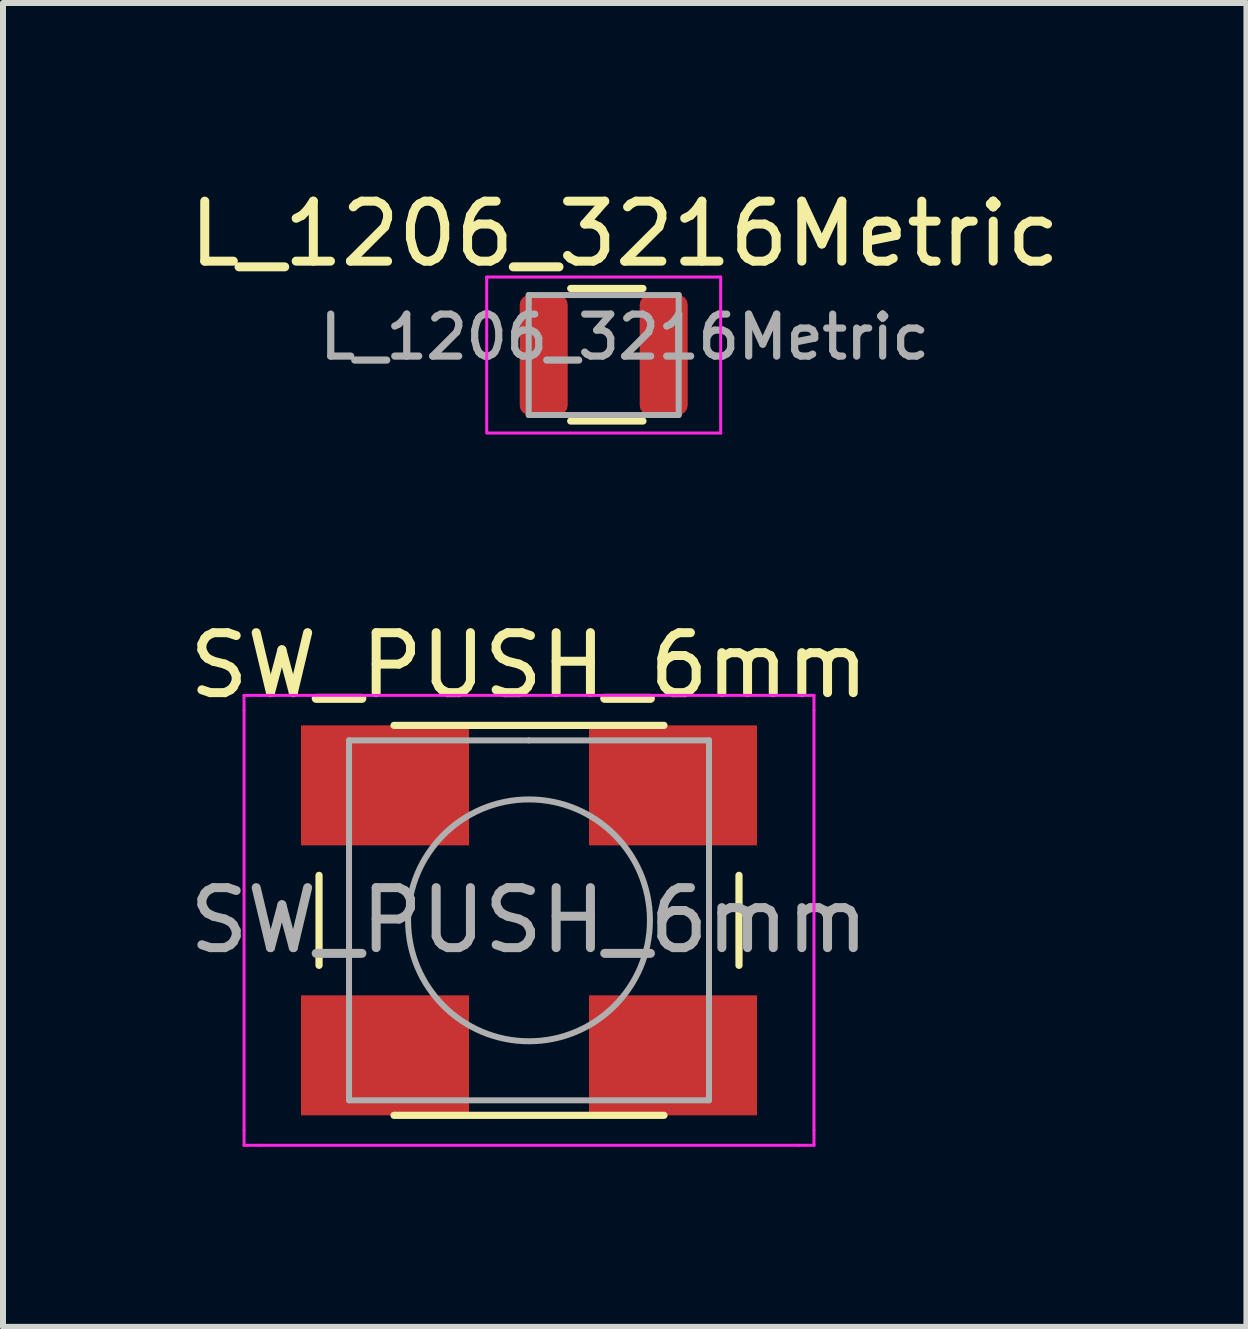
<source format=kicad_pcb>
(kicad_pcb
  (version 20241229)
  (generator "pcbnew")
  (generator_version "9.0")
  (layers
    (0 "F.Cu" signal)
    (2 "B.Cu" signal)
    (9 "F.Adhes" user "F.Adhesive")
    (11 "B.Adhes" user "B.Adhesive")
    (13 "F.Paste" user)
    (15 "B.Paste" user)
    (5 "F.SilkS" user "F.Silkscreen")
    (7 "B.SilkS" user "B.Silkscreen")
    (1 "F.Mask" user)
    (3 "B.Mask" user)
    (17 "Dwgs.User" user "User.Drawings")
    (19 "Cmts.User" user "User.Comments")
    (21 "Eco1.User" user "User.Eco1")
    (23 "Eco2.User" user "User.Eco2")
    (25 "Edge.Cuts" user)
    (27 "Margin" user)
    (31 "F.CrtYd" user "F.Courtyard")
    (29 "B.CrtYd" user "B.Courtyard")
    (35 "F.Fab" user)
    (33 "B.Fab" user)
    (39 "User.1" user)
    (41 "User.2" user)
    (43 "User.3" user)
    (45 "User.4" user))
  (footprint "L_1206_3216Metric"
    (layer "F.Cu")
    (at 7.363 2.668)
    (property "Reference" "L_1206_3216Metric" (at 0 -1.82 0) (layer "F.SilkS") (effects (font (size 1 1) (thickness 0.15))))
    (attr smd)
    (fp_line (start -0.9 -0.91) (end 0.304 -0.91) (stroke (width 0.12) (type solid)) (layer "F.SilkS"))
    (fp_line (start -0.9 1.3) (end 0.304 1.3) (stroke (width 0.12) (type solid)) (layer "F.SilkS"))
    (fp_line (start -2.3 -1.1) (end 1.6 -1.1) (stroke (width 0.05) (type solid)) (layer "F.CrtYd"))
    (fp_line (start -2.3 1.5) (end -2.3 -1.1) (stroke (width 0.05) (type solid)) (layer "F.CrtYd"))
    (fp_line (start 1.6 -1.1) (end 1.6 1.5) (stroke (width 0.05) (type solid)) (layer "F.CrtYd"))
    (fp_line (start 1.6 1.5) (end -2.28 1.5) (stroke (width 0.05) (type solid)) (layer "F.CrtYd"))
    (fp_line (start -1.6 -0.8) (end 0.9 -0.8) (stroke (width 0.1) (type solid)) (layer "F.Fab"))
    (fp_line (start -1.6 1.2) (end -1.6 -0.8) (stroke (width 0.1) (type solid)) (layer "F.Fab"))
    (fp_line (start 0.9 -0.8) (end 0.9 1.2) (stroke (width 0.1) (type solid)) (layer "F.Fab"))
    (fp_line (start 0.9 1.2) (end -1.6 1.2) (stroke (width 0.1) (type solid)) (layer "F.Fab"))
    (fp_text user "${REFERENCE}" (at 0 -0.1 0) (layer "F.Fab") (effects (font (size 0.7 0.7) (thickness 0.12))))
    (pad "1" smd roundrect (at -1.35 0.2) (size 0.8 2) (layers "F.Cu" "F.Mask" "F.Paste") (roundrect_rratio 0.2))
    (pad "2" smd roundrect (at 0.65 0.2) (size 0.8 2) (layers "F.Cu" "F.Mask" "F.Paste") (roundrect_rratio 0.2)))
  (footprint "SW_PUSH_6mm"
    (layer "F.Cu")
    (at 2.518 10.041)
    (property "Reference" "SW_PUSH_6mm" (at 3.25 -2 0) (layer "F.SilkS") (effects (font (size 1 1) (thickness 0.15))))
    (attr through_hole)
    (fp_line (start -0.25 1.5) (end -0.25 3) (stroke (width 0.12) (type solid)) (layer "F.SilkS"))
    (fp_line (start 1 5.5) (end 5.5 5.5) (stroke (width 0.12) (type solid)) (layer "F.SilkS"))
    (fp_line (start 5.5 -1) (end 1 -1) (stroke (width 0.12) (type solid)) (layer "F.SilkS"))
    (fp_line (start 6.75 3) (end 6.75 1.5) (stroke (width 0.12) (type solid)) (layer "F.SilkS"))
    (fp_line (start -1.5 -1.5) (end -1.25 -1.5) (stroke (width 0.05) (type solid)) (layer "F.CrtYd"))
    (fp_line (start -1.5 -1.25) (end -1.5 -1.5) (stroke (width 0.05) (type solid)) (layer "F.CrtYd"))
    (fp_line (start -1.5 5.75) (end -1.5 -1.25) (stroke (width 0.05) (type solid)) (layer "F.CrtYd"))
    (fp_line (start -1.5 5.75) (end -1.5 6) (stroke (width 0.05) (type solid)) (layer "F.CrtYd"))
    (fp_line (start -1.5 6) (end -1.25 6) (stroke (width 0.05) (type solid)) (layer "F.CrtYd"))
    (fp_line (start -1.25 -1.5) (end 7.75 -1.5) (stroke (width 0.05) (type solid)) (layer "F.CrtYd"))
    (fp_line (start 7.75 -1.5) (end 8 -1.5) (stroke (width 0.05) (type solid)) (layer "F.CrtYd"))
    (fp_line (start 7.75 6) (end -1.25 6) (stroke (width 0.05) (type solid)) (layer "F.CrtYd"))
    (fp_line (start 7.75 6) (end 8 6) (stroke (width 0.05) (type solid)) (layer "F.CrtYd"))
    (fp_line (start 8 -1.5) (end 8 -1.25) (stroke (width 0.05) (type solid)) (layer "F.CrtYd"))
    (fp_line (start 8 -1.25) (end 8 5.75) (stroke (width 0.05) (type solid)) (layer "F.CrtYd"))
    (fp_line (start 8 6) (end 8 5.75) (stroke (width 0.05) (type solid)) (layer "F.CrtYd"))
    (fp_line (start 0.25 -0.75) (end 3.25 -0.75) (stroke (width 0.1) (type solid)) (layer "F.Fab"))
    (fp_line (start 0.25 5.25) (end 0.25 -0.75) (stroke (width 0.1) (type solid)) (layer "F.Fab"))
    (fp_line (start 3.25 -0.75) (end 6.25 -0.75) (stroke (width 0.1) (type solid)) (layer "F.Fab"))
    (fp_line (start 6.25 -0.75) (end 6.25 5.25) (stroke (width 0.1) (type solid)) (layer "F.Fab"))
    (fp_line (start 6.25 5.25) (end 0.25 5.25) (stroke (width 0.1) (type solid)) (layer "F.Fab"))
    (fp_circle (center 3.25 2.25) (end 1.25 2.5) (stroke (width 0.1) (type solid)) (fill no) (layer "F.Fab"))
    (fp_text user "${REFERENCE}" (at 3.25 2.25 0) (layer "F.Fab") (effects (font (size 1 1) (thickness 0.15))))
    (pad "1" smd rect (at 0.85 0 90) (size 2 2.8) (layers "F.Cu" "F.Mask" "F.Paste"))
    (pad "2" smd rect (at 0.85 4.5 90) (size 2 2.8) (layers "F.Cu" "F.Mask" "F.Paste"))
    (pad "3" smd rect (at 5.65 0 90) (size 2 2.8) (layers "F.Cu" "F.Mask" "F.Paste"))
    (pad "4" smd rect (at 5.65 4.5 90) (size 2 2.8) (layers "F.Cu" "F.Mask" "F.Paste")))
  (gr_rect
    (start -3 -3)
    (end 17.726 19.067)
    (stroke (width 0.1) (type default))
    (fill no)
    (layer "Edge.Cuts")))
</source>
